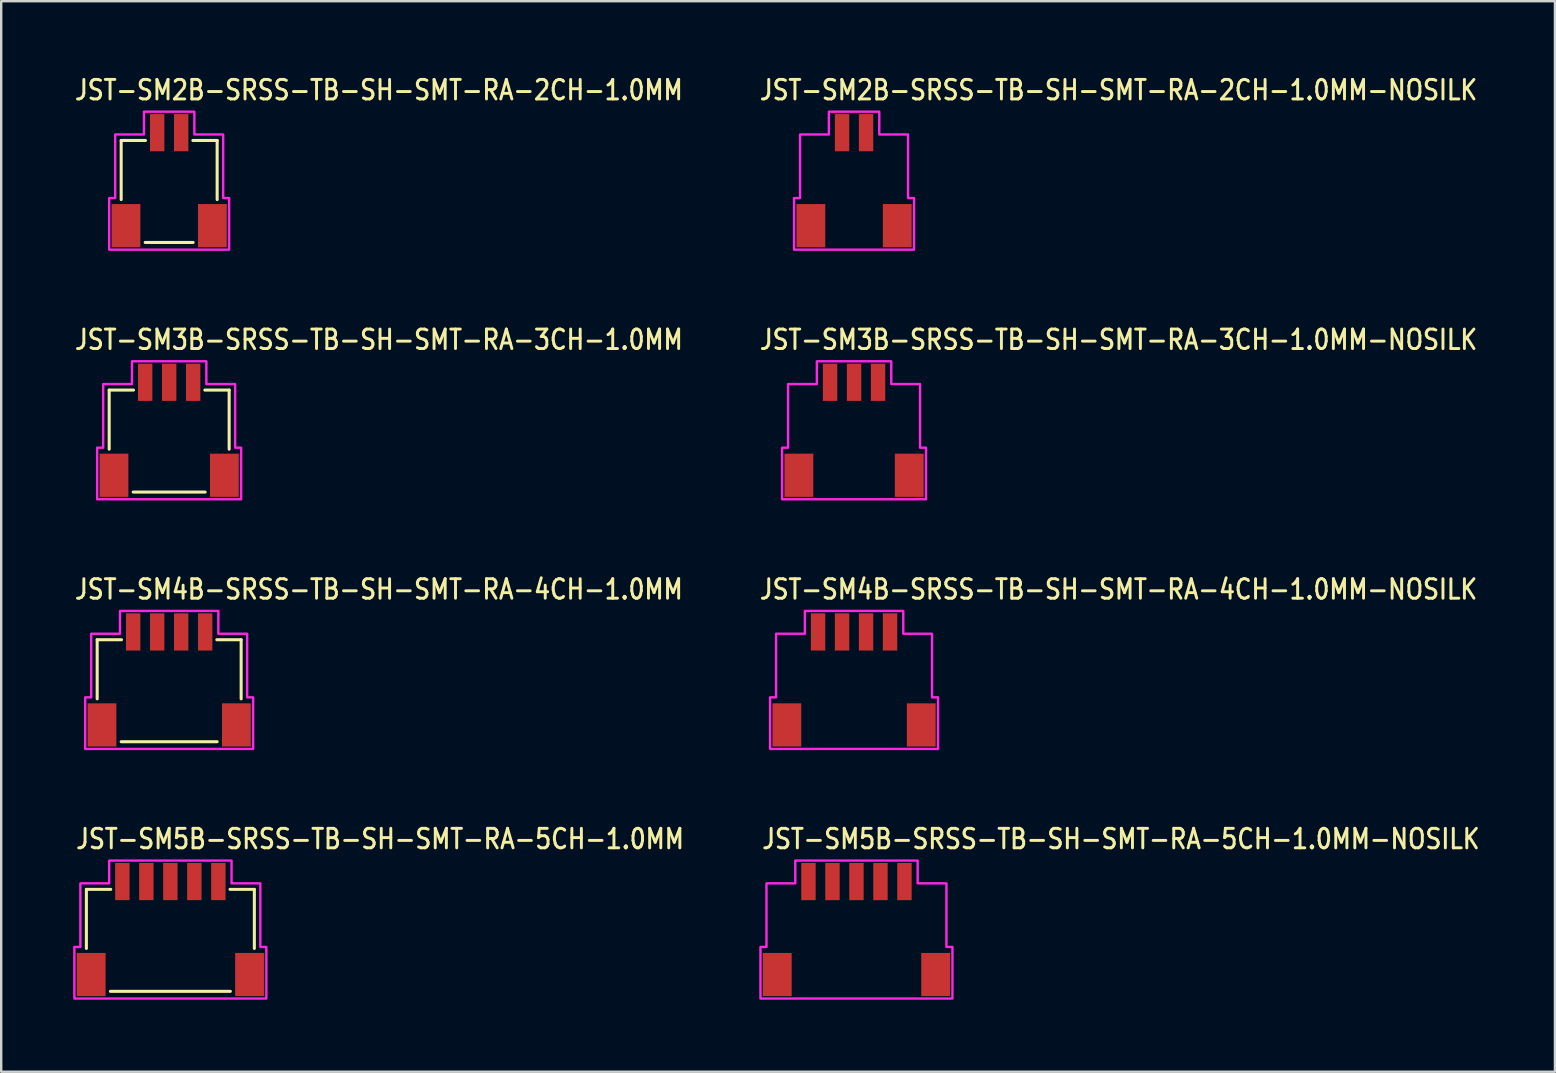
<source format=kicad_pcb>
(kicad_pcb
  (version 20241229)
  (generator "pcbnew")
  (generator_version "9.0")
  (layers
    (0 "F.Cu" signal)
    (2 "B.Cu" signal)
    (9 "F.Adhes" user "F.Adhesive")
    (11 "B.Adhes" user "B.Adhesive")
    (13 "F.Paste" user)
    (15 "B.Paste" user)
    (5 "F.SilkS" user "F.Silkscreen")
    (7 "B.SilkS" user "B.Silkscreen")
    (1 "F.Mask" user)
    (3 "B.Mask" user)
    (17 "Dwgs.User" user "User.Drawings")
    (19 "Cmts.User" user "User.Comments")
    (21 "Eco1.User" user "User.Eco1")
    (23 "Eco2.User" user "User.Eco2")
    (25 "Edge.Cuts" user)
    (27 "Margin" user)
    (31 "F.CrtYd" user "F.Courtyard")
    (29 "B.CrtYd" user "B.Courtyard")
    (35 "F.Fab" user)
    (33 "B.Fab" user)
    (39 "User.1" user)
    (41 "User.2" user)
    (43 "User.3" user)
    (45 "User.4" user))
  (footprint "JST-SM4B-SRSS-TB-SH-SMT-RA-4CH-1.0MM-NOSILK"
    (layer "F.Cu")
    (at 32.543 25.286)
    (property "Reference" "JST-SM4B-SRSS-TB-SH-SMT-RA-4CH-1.0MM-NOSILK" (at -4 -3.3 0) (unlocked yes) (layer "F.SilkS") (effects (font (size 0.813 0.695) (thickness 0.122)) (justify left bottom)))
    (fp_poly (pts (xy -3.5 2.875) (xy -3.5 0.725) (xy -3.25 0.725) (xy -3.25 -1.925) (xy -2.05 -1.925) (xy -2.05 -2.875) (xy 2.05 -2.875) (xy 2.05 -1.925) (xy 3.25 -1.925) (xy 3.25 0.725) (xy 3.5 0.725) (xy 3.5 2.875)) (stroke (width 0.1) (type solid)) (fill no) (layer "F.CrtYd"))
    (pad "1" smd rect (at -1.5 -2) (size 0.6 1.55) (layers "F.Cu" "F.Mask" "F.Paste"))
    (pad "2" smd rect (at -0.5 -2) (size 0.6 1.55) (layers "F.Cu" "F.Mask" "F.Paste"))
    (pad "3" smd rect (at 0.5 -2) (size 0.6 1.55) (layers "F.Cu" "F.Mask" "F.Paste"))
    (pad "4" smd rect (at 1.5 -2) (size 0.6 1.55) (layers "F.Cu" "F.Mask" "F.Paste"))
    (pad "S_4" smd rect (at -2.8 1.875) (size 1.2 1.8) (layers "F.Cu" "F.Mask" "F.Paste"))
    (pad "S_5" smd rect (at 2.8 1.875) (size 1.2 1.8) (layers "F.Cu" "F.Mask" "F.Paste")))
  (footprint "JST-SM4B-SRSS-TB-SH-SMT-RA-4CH-1.0MM"
    (layer "F.Cu")
    (at 4 25.286)
    (property "Reference" "JST-SM4B-SRSS-TB-SH-SMT-RA-4CH-1.0MM" (at -4 -3.3 0) (unlocked yes) (layer "F.SilkS") (effects (font (size 0.813 0.695) (thickness 0.122)) (justify left bottom)))
    (fp_line (start -3 -1.675) (end -1.986 -1.675) (stroke (width 0.127) (type solid)) (layer "F.SilkS"))
    (fp_line (start -3 0.788) (end -3 -1.675) (stroke (width 0.127) (type solid)) (layer "F.SilkS"))
    (fp_line (start -2 2.575) (end 2 2.575) (stroke (width 0.127) (type solid)) (layer "F.SilkS"))
    (fp_line (start 1.986 -1.675) (end 3 -1.675) (stroke (width 0.127) (type solid)) (layer "F.SilkS"))
    (fp_line (start 3 -1.675) (end 3 0.788) (stroke (width 0.127) (type solid)) (layer "F.SilkS"))
    (fp_poly (pts (xy -3.5 2.875) (xy -3.5 0.725) (xy -3.25 0.725) (xy -3.25 -1.925) (xy -2.05 -1.925) (xy -2.05 -2.875) (xy 2.05 -2.875) (xy 2.05 -1.925) (xy 3.25 -1.925) (xy 3.25 0.725) (xy 3.5 0.725) (xy 3.5 2.875)) (stroke (width 0.1) (type solid)) (fill no) (layer "F.CrtYd"))
    (pad "1" smd rect (at -1.5 -2) (size 0.6 1.55) (layers "F.Cu" "F.Mask" "F.Paste"))
    (pad "2" smd rect (at -0.5 -2) (size 0.6 1.55) (layers "F.Cu" "F.Mask" "F.Paste"))
    (pad "3" smd rect (at 0.5 -2) (size 0.6 1.55) (layers "F.Cu" "F.Mask" "F.Paste"))
    (pad "4" smd rect (at 1.5 -2) (size 0.6 1.55) (layers "F.Cu" "F.Mask" "F.Paste"))
    (pad "S_3" smd rect (at -2.8 1.875) (size 1.2 1.8) (layers "F.Cu" "F.Mask" "F.Paste"))
    (pad "S_4" smd rect (at 2.8 1.875) (size 1.2 1.8) (layers "F.Cu" "F.Mask" "F.Paste")))
  (footprint "JST-SM2B-SRSS-TB-SH-SMT-RA-2CH-1.0MM"
    (layer "F.Cu")
    (at 4 4.479)
    (property "Reference" "JST-SM2B-SRSS-TB-SH-SMT-RA-2CH-1.0MM" (at -4 -3.3 0) (unlocked yes) (layer "F.SilkS") (effects (font (size 0.813 0.695) (thickness 0.122)) (justify left bottom)))
    (fp_line (start -2 -1.675) (end -0.987 -1.675) (stroke (width 0.127) (type solid)) (layer "F.SilkS"))
    (fp_line (start -2 0.788) (end -2 -1.675) (stroke (width 0.127) (type solid)) (layer "F.SilkS"))
    (fp_line (start -1 2.575) (end 1 2.575) (stroke (width 0.127) (type solid)) (layer "F.SilkS"))
    (fp_line (start 0.987 -1.675) (end 2 -1.675) (stroke (width 0.127) (type solid)) (layer "F.SilkS"))
    (fp_line (start 2 -1.675) (end 2 0.788) (stroke (width 0.127) (type solid)) (layer "F.SilkS"))
    (fp_poly (pts (xy -2.5 2.875) (xy -2.5 0.725) (xy -2.25 0.725) (xy -2.25 -1.925) (xy -1.05 -1.925) (xy -1.05 -2.875) (xy 1.05 -2.875) (xy 1.05 -1.925) (xy 2.25 -1.925) (xy 2.25 0.725) (xy 2.5 0.725) (xy 2.5 2.875)) (stroke (width 0.1) (type solid)) (fill no) (layer "F.CrtYd"))
    (pad "1" smd rect (at -0.5 -2) (size 0.6 1.55) (layers "F.Cu" "F.Mask" "F.Paste"))
    (pad "2" smd rect (at 0.5 -2) (size 0.6 1.55) (layers "F.Cu" "F.Mask" "F.Paste"))
    (pad "S_13" smd rect (at -1.8 1.875) (size 1.2 1.8) (layers "F.Cu" "F.Mask" "F.Paste"))
    (pad "S_14" smd rect (at 1.8 1.875) (size 1.2 1.8) (layers "F.Cu" "F.Mask" "F.Paste")))
  (footprint "JST-SM2B-SRSS-TB-SH-SMT-RA-2CH-1.0MM-NOSILK"
    (layer "F.Cu")
    (at 32.543 4.479)
    (property "Reference" "JST-SM2B-SRSS-TB-SH-SMT-RA-2CH-1.0MM-NOSILK" (at -4 -3.3 0) (unlocked yes) (layer "F.SilkS") (effects (font (size 0.813 0.695) (thickness 0.122)) (justify left bottom)))
    (fp_poly (pts (xy -2.5 2.875) (xy -2.5 0.725) (xy -2.25 0.725) (xy -2.25 -1.925) (xy -1.05 -1.925) (xy -1.05 -2.875) (xy 1.05 -2.875) (xy 1.05 -1.925) (xy 2.25 -1.925) (xy 2.25 0.725) (xy 2.5 0.725) (xy 2.5 2.875)) (stroke (width 0.1) (type solid)) (fill no) (layer "F.CrtYd"))
    (pad "1" smd rect (at -0.5 -2) (size 0.6 1.55) (layers "F.Cu" "F.Mask" "F.Paste"))
    (pad "2" smd rect (at 0.5 -2) (size 0.6 1.55) (layers "F.Cu" "F.Mask" "F.Paste"))
    (pad "S_2" smd rect (at -1.8 1.875) (size 1.2 1.8) (layers "F.Cu" "F.Mask" "F.Paste"))
    (pad "S_3" smd rect (at 1.8 1.875) (size 1.2 1.8) (layers "F.Cu" "F.Mask" "F.Paste")))
  (footprint "JST-SM3B-SRSS-TB-SH-SMT-RA-3CH-1.0MM"
    (layer "F.Cu")
    (at 4 14.882)
    (property "Reference" "JST-SM3B-SRSS-TB-SH-SMT-RA-3CH-1.0MM" (at -4 -3.3 0) (unlocked yes) (layer "F.SilkS") (effects (font (size 0.813 0.695) (thickness 0.122)) (justify left bottom)))
    (fp_line (start -2.5 -1.675) (end -1.486 -1.675) (stroke (width 0.127) (type solid)) (layer "F.SilkS"))
    (fp_line (start -2.5 0.788) (end -2.5 -1.675) (stroke (width 0.127) (type solid)) (layer "F.SilkS"))
    (fp_line (start -1.5 2.575) (end 1.5 2.575) (stroke (width 0.127) (type solid)) (layer "F.SilkS"))
    (fp_line (start 1.486 -1.675) (end 2.5 -1.675) (stroke (width 0.127) (type solid)) (layer "F.SilkS"))
    (fp_line (start 2.5 -1.675) (end 2.5 0.788) (stroke (width 0.127) (type solid)) (layer "F.SilkS"))
    (fp_poly (pts (xy -3 2.875) (xy -3 0.725) (xy -2.75 0.725) (xy -2.75 -1.925) (xy -1.55 -1.925) (xy -1.55 -2.875) (xy 1.55 -2.875) (xy 1.55 -1.925) (xy 2.75 -1.925) (xy 2.75 0.725) (xy 3 0.725) (xy 3 2.875)) (stroke (width 0.1) (type solid)) (fill no) (layer "F.CrtYd"))
    (pad "1" smd rect (at -1 -2) (size 0.6 1.55) (layers "F.Cu" "F.Mask" "F.Paste"))
    (pad "2" smd rect (at 0 -2) (size 0.6 1.55) (layers "F.Cu" "F.Mask" "F.Paste"))
    (pad "3" smd rect (at 1 -2) (size 0.6 1.55) (layers "F.Cu" "F.Mask" "F.Paste"))
    (pad "S_2" smd rect (at -2.3 1.875) (size 1.2 1.8) (layers "F.Cu" "F.Mask" "F.Paste"))
    (pad "S_3" smd rect (at 2.3 1.875) (size 1.2 1.8) (layers "F.Cu" "F.Mask" "F.Paste")))
  (footprint "JST-SM5B-SRSS-TB-SH-SMT-RA-5CH-1.0MM"
    (layer "F.Cu")
    (at 4.05 35.689)
    (property "Reference" "JST-SM5B-SRSS-TB-SH-SMT-RA-5CH-1.0MM" (at -4 -3.3 0) (unlocked yes) (layer "F.SilkS") (effects (font (size 0.813 0.695) (thickness 0.122)) (justify left bottom)))
    (fp_line (start -3.5 -1.675) (end -2.486 -1.675) (stroke (width 0.127) (type solid)) (layer "F.SilkS"))
    (fp_line (start -3.5 0.788) (end -3.5 -1.675) (stroke (width 0.127) (type solid)) (layer "F.SilkS"))
    (fp_line (start -2.5 2.575) (end 2.5 2.575) (stroke (width 0.127) (type solid)) (layer "F.SilkS"))
    (fp_line (start 2.486 -1.675) (end 3.5 -1.675) (stroke (width 0.127) (type solid)) (layer "F.SilkS"))
    (fp_line (start 3.5 -1.675) (end 3.5 0.788) (stroke (width 0.127) (type solid)) (layer "F.SilkS"))
    (fp_poly (pts (xy -4 2.875) (xy -4 0.725) (xy -3.75 0.725) (xy -3.75 -1.925) (xy -2.55 -1.925) (xy -2.55 -2.875) (xy 2.55 -2.875) (xy 2.55 -1.925) (xy 3.75 -1.925) (xy 3.75 0.725) (xy 4 0.725) (xy 4 2.875)) (stroke (width 0.1) (type solid)) (fill no) (layer "F.CrtYd"))
    (pad "1" smd rect (at -2 -2) (size 0.6 1.55) (layers "F.Cu" "F.Mask" "F.Paste"))
    (pad "2" smd rect (at -1 -2) (size 0.6 1.55) (layers "F.Cu" "F.Mask" "F.Paste"))
    (pad "3" smd rect (at 0 -2) (size 0.6 1.55) (layers "F.Cu" "F.Mask" "F.Paste"))
    (pad "4" smd rect (at 1 -2) (size 0.6 1.55) (layers "F.Cu" "F.Mask" "F.Paste"))
    (pad "5" smd rect (at 2 -2) (size 0.6 1.55) (layers "F.Cu" "F.Mask" "F.Paste"))
    (pad "S_4" smd rect (at -3.3 1.875) (size 1.2 1.8) (layers "F.Cu" "F.Mask" "F.Paste"))
    (pad "S_5" smd rect (at 3.3 1.875) (size 1.2 1.8) (layers "F.Cu" "F.Mask" "F.Paste")))
  (footprint "JST-SM3B-SRSS-TB-SH-SMT-RA-3CH-1.0MM-NOSILK"
    (layer "F.Cu")
    (at 32.543 14.882)
    (property "Reference" "JST-SM3B-SRSS-TB-SH-SMT-RA-3CH-1.0MM-NOSILK" (at -4 -3.3 0) (unlocked yes) (layer "F.SilkS") (effects (font (size 0.813 0.695) (thickness 0.122)) (justify left bottom)))
    (fp_poly (pts (xy -3 2.875) (xy -3 0.725) (xy -2.75 0.725) (xy -2.75 -1.925) (xy -1.55 -1.925) (xy -1.55 -2.875) (xy 1.55 -2.875) (xy 1.55 -1.925) (xy 2.75 -1.925) (xy 2.75 0.725) (xy 3 0.725) (xy 3 2.875)) (stroke (width 0.1) (type solid)) (fill no) (layer "F.CrtYd"))
    (pad "1" smd rect (at -1 -2) (size 0.6 1.55) (layers "F.Cu" "F.Mask" "F.Paste"))
    (pad "2" smd rect (at 0 -2) (size 0.6 1.55) (layers "F.Cu" "F.Mask" "F.Paste"))
    (pad "3" smd rect (at 1 -2) (size 0.6 1.55) (layers "F.Cu" "F.Mask" "F.Paste"))
    (pad "S_3" smd rect (at -2.3 1.875) (size 1.2 1.8) (layers "F.Cu" "F.Mask" "F.Paste"))
    (pad "S_4" smd rect (at 2.3 1.875) (size 1.2 1.8) (layers "F.Cu" "F.Mask" "F.Paste")))
  (footprint "JST-SM5B-SRSS-TB-SH-SMT-RA-5CH-1.0MM-NOSILK"
    (layer "F.Cu")
    (at 32.643 35.689)
    (property "Reference" "JST-SM5B-SRSS-TB-SH-SMT-RA-5CH-1.0MM-NOSILK" (at -4 -3.3 0) (unlocked yes) (layer "F.SilkS") (effects (font (size 0.813 0.695) (thickness 0.122)) (justify left bottom)))
    (fp_poly (pts (xy -4 2.875) (xy -4 0.725) (xy -3.75 0.725) (xy -3.75 -1.925) (xy -2.55 -1.925) (xy -2.55 -2.875) (xy 2.55 -2.875) (xy 2.55 -1.925) (xy 3.75 -1.925) (xy 3.75 0.725) (xy 4 0.725) (xy 4 2.875)) (stroke (width 0.1) (type solid)) (fill no) (layer "F.CrtYd"))
    (pad "1" smd rect (at -2 -2) (size 0.6 1.55) (layers "F.Cu" "F.Mask" "F.Paste"))
    (pad "2" smd rect (at -1 -2) (size 0.6 1.55) (layers "F.Cu" "F.Mask" "F.Paste"))
    (pad "3" smd rect (at 0 -2) (size 0.6 1.55) (layers "F.Cu" "F.Mask" "F.Paste"))
    (pad "4" smd rect (at 1 -2) (size 0.6 1.55) (layers "F.Cu" "F.Mask" "F.Paste"))
    (pad "5" smd rect (at 2 -2) (size 0.6 1.55) (layers "F.Cu" "F.Mask" "F.Paste"))
    (pad "S_5" smd rect (at -3.3 1.875) (size 1.2 1.8) (layers "F.Cu" "F.Mask" "F.Paste"))
    (pad "S_6" smd rect (at 3.3 1.875) (size 1.2 1.8) (layers "F.Cu" "F.Mask" "F.Paste")))
  (gr_rect
    (start -3 -3)
    (end 61.752 41.614)
    (stroke (width 0.1) (type default))
    (fill no)
    (layer "Edge.Cuts")))
</source>
